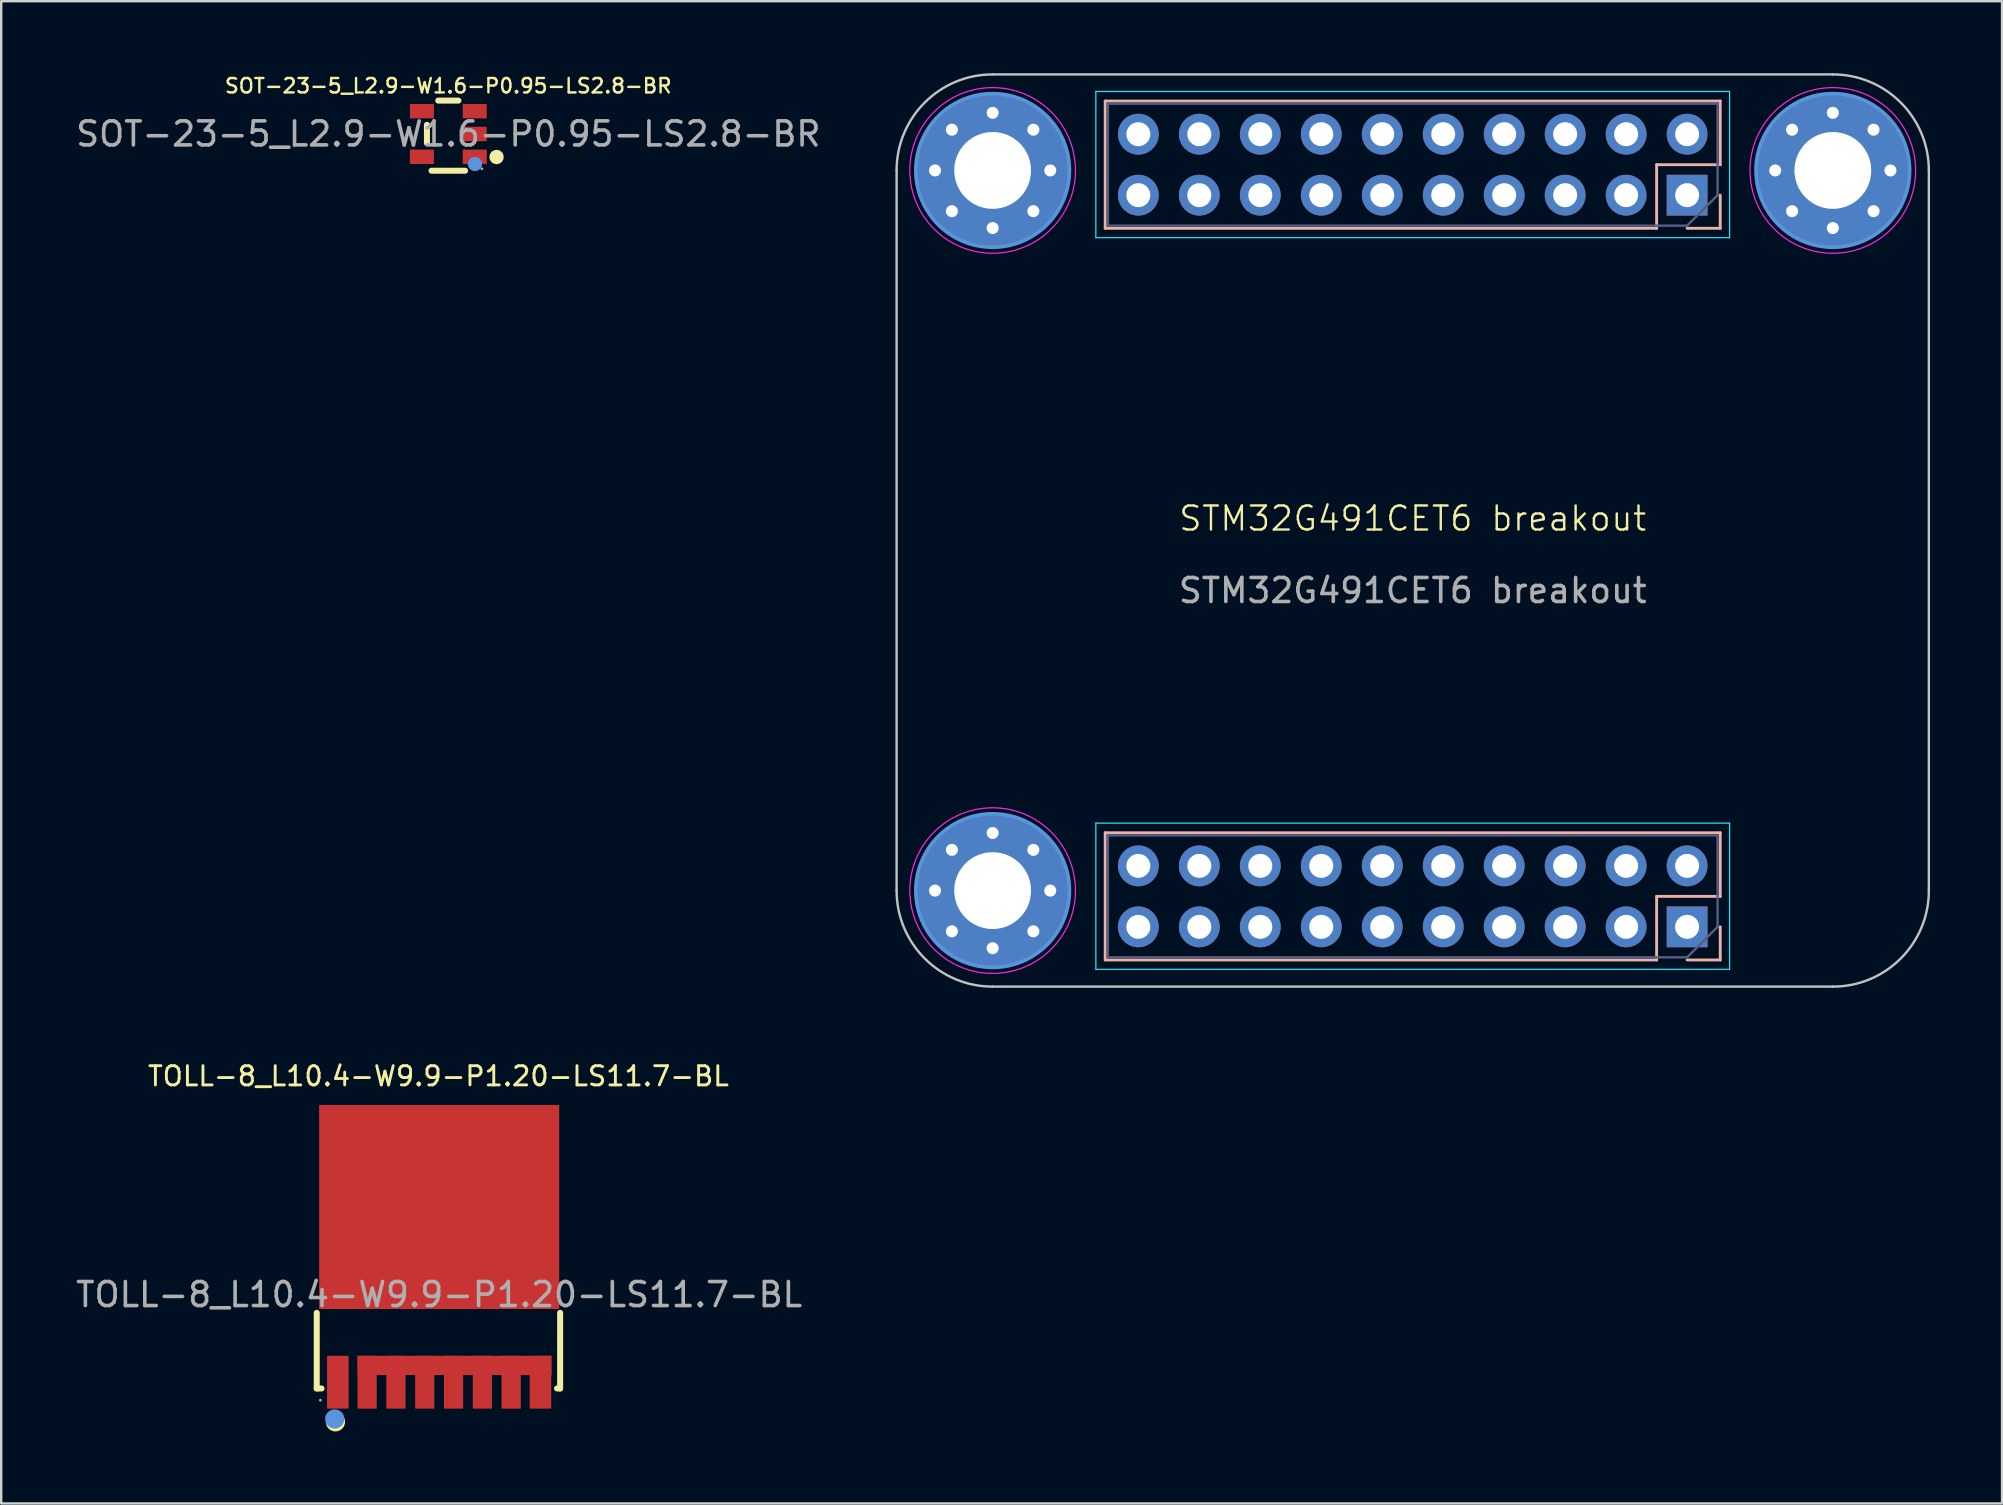
<source format=kicad_pcb>
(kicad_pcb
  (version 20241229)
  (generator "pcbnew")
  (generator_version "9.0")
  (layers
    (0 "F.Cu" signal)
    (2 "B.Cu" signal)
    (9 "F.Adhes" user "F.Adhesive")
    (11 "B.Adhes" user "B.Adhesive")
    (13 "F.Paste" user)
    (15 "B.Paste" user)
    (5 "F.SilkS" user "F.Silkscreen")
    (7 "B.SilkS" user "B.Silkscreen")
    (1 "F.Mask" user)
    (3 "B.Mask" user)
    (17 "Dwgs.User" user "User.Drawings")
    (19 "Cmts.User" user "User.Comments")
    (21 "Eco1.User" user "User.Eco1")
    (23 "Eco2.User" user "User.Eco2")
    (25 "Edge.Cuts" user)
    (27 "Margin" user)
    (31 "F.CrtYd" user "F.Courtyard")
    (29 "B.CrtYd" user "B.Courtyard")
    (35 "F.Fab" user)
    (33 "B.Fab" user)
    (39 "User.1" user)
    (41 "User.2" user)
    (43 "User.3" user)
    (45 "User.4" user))
  (footprint "TOLL-8_L10.4-W9.9-P1.20-LS11.7-BL"
    (layer "F.Cu")
    (at 15.244 50.879)
    (property "Reference" "TOLL-8_L10.4-W9.9-P1.20-LS11.7-BL" (at -0.03 -9.1 0) (layer "F.SilkS") (effects (font (size 0.8 0.8) (thickness 0.12))))
    (attr smd)
    (fp_line (start -5.1 0.76) (end -5.1 3.91) (stroke (width 0.25) (type solid)) (layer "F.SilkS"))
    (fp_line (start -5.1 3.91) (end -4.9 3.91) (stroke (width 0.25) (type solid)) (layer "F.SilkS"))
    (fp_line (start 4.91 3.91) (end 5.04 3.91) (stroke (width 0.25) (type solid)) (layer "F.SilkS"))
    (fp_line (start 5.04 3.91) (end 5.04 0.76) (stroke (width 0.25) (type solid)) (layer "F.SilkS"))
    (fp_circle (center -4.32 5.3) (end -4.12 5.3) (stroke (width 0.4) (type solid)) (fill no) (layer "F.SilkS"))
    (fp_circle (center -4.35 5.18) (end -4.15 5.18) (stroke (width 0.4) (type solid)) (fill no) (layer "Cmts.User"))
    (fp_circle (center -4.95 4.4) (end -4.92 4.4) (stroke (width 0.06) (type solid)) (fill no) (layer "F.Fab"))
    (fp_text user "${REFERENCE}" (at 0 0 0) (layer "F.Fab") (effects (font (size 1 1) (thickness 0.15))))
    (pad "1" smd rect (at -4.22 3.65) (size 0.9 2.2) (layers "F.Cu" "F.Mask" "F.Paste"))
    (pad "2" smd rect (at -3 3.65) (size 0.8 2.2) (layers "F.Cu" "F.Mask" "F.Paste"))
    (pad "3" smd rect (at -1.8 3.65) (size 0.8 2.2) (layers "F.Cu" "F.Mask" "F.Paste"))
    (pad "4" smd rect (at -0.6 3.65) (size 0.8 2.2) (layers "F.Cu" "F.Mask" "F.Paste"))
    (pad "5" smd rect (at 0.6 3.65) (size 0.8 2.2) (layers "F.Cu" "F.Mask" "F.Paste"))
    (pad "6" smd rect (at 1.8 3.65) (size 0.8 2.2) (layers "F.Cu" "F.Mask" "F.Paste"))
    (pad "7" smd rect (at 3 3.65) (size 0.8 2.2) (layers "F.Cu" "F.Mask" "F.Paste"))
    (pad "8" smd rect (at 0.64 2.95 90) (size 0.8 8.08) (layers "F.Cu" "F.Mask" "F.Paste"))
    (pad "8" smd rect (at 4.22 3.65) (size 0.9 2.2) (layers "F.Cu" "F.Mask" "F.Paste"))
    (pad "9" smd rect (at 0 -3.65) (size 10 8.5) (layers "F.Cu" "F.Mask" "F.Paste")))
  (footprint "STM32G491CET6 breakout"
    (layer "F.Cu")
    (at 55.8 19.05)
    (property "Reference" "STM32G491CET6 breakout" (at 0 -0.5 0) (unlocked yes) (layer "F.SilkS") (effects (font (size 1 1) (thickness 0.1))))
    (attr smd)
    (fp_line (start -12.81 -12.59) (end -12.81 -17.89) (stroke (width 0.12) (type solid)) (layer "B.SilkS"))
    (fp_line (start -12.81 17.89) (end -12.81 12.59) (stroke (width 0.12) (type solid)) (layer "B.SilkS"))
    (fp_line (start 10.16 -15.24) (end 12.81 -15.24) (stroke (width 0.12) (type solid)) (layer "B.SilkS"))
    (fp_line (start 10.16 -12.59) (end -12.81 -12.59) (stroke (width 0.12) (type solid)) (layer "B.SilkS"))
    (fp_line (start 10.16 -12.59) (end 10.16 -15.24) (stroke (width 0.12) (type solid)) (layer "B.SilkS"))
    (fp_line (start 10.16 15.24) (end 12.81 15.24) (stroke (width 0.12) (type solid)) (layer "B.SilkS"))
    (fp_line (start 10.16 17.89) (end -12.81 17.89) (stroke (width 0.12) (type solid)) (layer "B.SilkS"))
    (fp_line (start 10.16 17.89) (end 10.16 15.24) (stroke (width 0.12) (type solid)) (layer "B.SilkS"))
    (fp_line (start 11.43 -12.59) (end 12.81 -12.59) (stroke (width 0.12) (type solid)) (layer "B.SilkS"))
    (fp_line (start 11.43 17.89) (end 12.81 17.89) (stroke (width 0.12) (type solid)) (layer "B.SilkS"))
    (fp_line (start 12.81 -17.89) (end -12.81 -17.89) (stroke (width 0.12) (type solid)) (layer "B.SilkS"))
    (fp_line (start 12.81 -15.24) (end 12.81 -17.89) (stroke (width 0.12) (type solid)) (layer "B.SilkS"))
    (fp_line (start 12.81 -12.59) (end 12.81 -13.97) (stroke (width 0.12) (type solid)) (layer "B.SilkS"))
    (fp_line (start 12.81 12.59) (end -12.81 12.59) (stroke (width 0.12) (type solid)) (layer "B.SilkS"))
    (fp_line (start 12.81 15.24) (end 12.81 12.59) (stroke (width 0.12) (type solid)) (layer "B.SilkS"))
    (fp_line (start 12.81 17.89) (end 12.81 16.51) (stroke (width 0.12) (type solid)) (layer "B.SilkS"))
    (fp_line (start -21.5 15) (end -21.5 -15) (stroke (width 0.1) (type default)) (layer "Dwgs.User"))
    (fp_line (start -17.5 -19) (end 17.5 -19) (stroke (width 0.1) (type default)) (layer "Dwgs.User"))
    (fp_line (start 17.5 19) (end -17.5 19) (stroke (width 0.1) (type default)) (layer "Dwgs.User"))
    (fp_line (start 21.5 -15) (end 21.5 15) (stroke (width 0.1) (type default)) (layer "Dwgs.User"))
    (fp_arc (start -21.5 -15) (mid -20.328427 -17.828427) (end -17.5 -19) (stroke (width 0.1) (type default)) (layer "Dwgs.User"))
    (fp_arc (start -17.5 19) (mid -20.328427 17.828427) (end -21.5 15) (stroke (width 0.1) (type default)) (layer "Dwgs.User"))
    (fp_arc (start 17.5 -19) (mid 20.328427 -17.828427) (end 21.5 -15) (stroke (width 0.1) (type default)) (layer "Dwgs.User"))
    (fp_arc (start 21.5 15) (mid 20.328427 17.828427) (end 17.5 19) (stroke (width 0.1) (type default)) (layer "Dwgs.User"))
    (fp_circle (center -17.5 -15) (end -14.3 -15) (stroke (width 0.15) (type solid)) (fill no) (layer "Cmts.User"))
    (fp_circle (center -17.5 15) (end -14.3 15) (stroke (width 0.15) (type solid)) (fill no) (layer "Cmts.User"))
    (fp_circle (center 17.5 -15) (end 20.7 -15) (stroke (width 0.15) (type solid)) (fill no) (layer "Cmts.User"))
    (fp_line (start -13.2 -18.29) (end 13.2 -18.29) (stroke (width 0.05) (type solid)) (layer "B.CrtYd"))
    (fp_line (start -13.2 -12.2) (end -13.2 -18.29) (stroke (width 0.05) (type solid)) (layer "B.CrtYd"))
    (fp_line (start -13.2 12.19) (end 13.2 12.19) (stroke (width 0.05) (type solid)) (layer "B.CrtYd"))
    (fp_line (start -13.2 18.28) (end -13.2 12.19) (stroke (width 0.05) (type solid)) (layer "B.CrtYd"))
    (fp_line (start 13.2 -18.29) (end 13.2 -12.2) (stroke (width 0.05) (type solid)) (layer "B.CrtYd"))
    (fp_line (start 13.2 -12.2) (end -13.2 -12.2) (stroke (width 0.05) (type solid)) (layer "B.CrtYd"))
    (fp_line (start 13.2 12.19) (end 13.2 18.28) (stroke (width 0.05) (type solid)) (layer "B.CrtYd"))
    (fp_line (start 13.2 18.28) (end -13.2 18.28) (stroke (width 0.05) (type solid)) (layer "B.CrtYd"))
    (fp_circle (center -17.5 -15) (end -14.05 -15) (stroke (width 0.05) (type solid)) (fill no) (layer "F.CrtYd"))
    (fp_circle (center -17.5 15) (end -14.05 15) (stroke (width 0.05) (type solid)) (fill no) (layer "F.CrtYd"))
    (fp_circle (center 17.5 -15) (end 20.95 -15) (stroke (width 0.05) (type solid)) (fill no) (layer "F.CrtYd"))
    (fp_line (start -12.7 -17.78) (end -12.7 -12.7) (stroke (width 0.1) (type solid)) (layer "B.Fab"))
    (fp_line (start -12.7 -12.7) (end 11.43 -12.7) (stroke (width 0.1) (type solid)) (layer "B.Fab"))
    (fp_line (start -12.7 12.7) (end -12.7 17.78) (stroke (width 0.1) (type solid)) (layer "B.Fab"))
    (fp_line (start -12.7 17.78) (end 11.43 17.78) (stroke (width 0.1) (type solid)) (layer "B.Fab"))
    (fp_line (start 11.43 -12.7) (end 12.7 -13.97) (stroke (width 0.1) (type solid)) (layer "B.Fab"))
    (fp_line (start 11.43 17.78) (end 12.7 16.51) (stroke (width 0.1) (type solid)) (layer "B.Fab"))
    (fp_line (start 12.7 -17.78) (end -12.7 -17.78) (stroke (width 0.1) (type solid)) (layer "B.Fab"))
    (fp_line (start 12.7 -13.97) (end 12.7 -17.78) (stroke (width 0.1) (type solid)) (layer "B.Fab"))
    (fp_line (start 12.7 12.7) (end -12.7 12.7) (stroke (width 0.1) (type solid)) (layer "B.Fab"))
    (fp_line (start 12.7 16.51) (end 12.7 12.7) (stroke (width 0.1) (type solid)) (layer "B.Fab"))
    (fp_text user "${REFERENCE}" (at 0 2.5 0) (unlocked yes) (layer "F.Fab") (effects (font (size 1 1) (thickness 0.15))))
    (pad "1" thru_hole rect (at 11.43 -13.97 90) (size 1.7 1.7) (drill 1) (layers "*.Cu" "*.Mask"))
    (pad "2" thru_hole circle (at 11.43 -16.51 90) (size 1.7 1.7) (drill 1) (layers "*.Cu" "*.Mask"))
    (pad "3" thru_hole circle (at 8.89 -13.97 90) (size 1.7 1.7) (drill 1) (layers "*.Cu" "*.Mask"))
    (pad "4" thru_hole circle (at 8.89 -16.51 90) (size 1.7 1.7) (drill 1) (layers "*.Cu" "*.Mask"))
    (pad "5" thru_hole circle (at 6.35 -13.97 90) (size 1.7 1.7) (drill 1) (layers "*.Cu" "*.Mask"))
    (pad "6" thru_hole circle (at 6.35 -16.51 90) (size 1.7 1.7) (drill 1) (layers "*.Cu" "*.Mask"))
    (pad "7" thru_hole circle (at 3.81 -13.97 90) (size 1.7 1.7) (drill 1) (layers "*.Cu" "*.Mask"))
    (pad "8" thru_hole circle (at 3.81 -16.51 90) (size 1.7 1.7) (drill 1) (layers "*.Cu" "*.Mask"))
    (pad "9" thru_hole circle (at 1.27 -13.97 90) (size 1.7 1.7) (drill 1) (layers "*.Cu" "*.Mask"))
    (pad "10" thru_hole circle (at 1.27 -16.51 90) (size 1.7 1.7) (drill 1) (layers "*.Cu" "*.Mask"))
    (pad "11" thru_hole circle (at -1.27 -13.97 90) (size 1.7 1.7) (drill 1) (layers "*.Cu" "*.Mask"))
    (pad "12" thru_hole circle (at -1.27 -16.51 90) (size 1.7 1.7) (drill 1) (layers "*.Cu" "*.Mask"))
    (pad "13" thru_hole circle (at -3.81 -13.97 90) (size 1.7 1.7) (drill 1) (layers "*.Cu" "*.Mask"))
    (pad "14" thru_hole circle (at -3.81 -16.51 90) (size 1.7 1.7) (drill 1) (layers "*.Cu" "*.Mask"))
    (pad "15" thru_hole circle (at -6.35 -13.97 90) (size 1.7 1.7) (drill 1) (layers "*.Cu" "*.Mask"))
    (pad "16" thru_hole circle (at -6.35 -16.51 90) (size 1.7 1.7) (drill 1) (layers "*.Cu" "*.Mask"))
    (pad "17" thru_hole circle (at -8.89 -13.97 90) (size 1.7 1.7) (drill 1) (layers "*.Cu" "*.Mask"))
    (pad "18" thru_hole circle (at -8.89 -16.51 90) (size 1.7 1.7) (drill 1) (layers "*.Cu" "*.Mask"))
    (pad "19" thru_hole circle (at -11.43 -13.97 90) (size 1.7 1.7) (drill 1) (layers "*.Cu" "*.Mask"))
    (pad "20" thru_hole circle (at -11.43 -16.51 90) (size 1.7 1.7) (drill 1) (layers "*.Cu" "*.Mask"))
    (pad "21" thru_hole rect (at 11.43 16.51 90) (size 1.7 1.7) (drill 1) (layers "*.Cu" "*.Mask"))
    (pad "22" thru_hole circle (at 11.43 13.97 90) (size 1.7 1.7) (drill 1) (layers "*.Cu" "*.Mask"))
    (pad "23" thru_hole circle (at 8.89 16.51 90) (size 1.7 1.7) (drill 1) (layers "*.Cu" "*.Mask"))
    (pad "24" thru_hole circle (at 8.89 13.97 90) (size 1.7 1.7) (drill 1) (layers "*.Cu" "*.Mask"))
    (pad "25" thru_hole circle (at 6.35 16.51 90) (size 1.7 1.7) (drill 1) (layers "*.Cu" "*.Mask"))
    (pad "26" thru_hole circle (at 6.35 13.97 90) (size 1.7 1.7) (drill 1) (layers "*.Cu" "*.Mask"))
    (pad "27" thru_hole circle (at 3.81 16.51 90) (size 1.7 1.7) (drill 1) (layers "*.Cu" "*.Mask"))
    (pad "28" thru_hole circle (at 3.81 13.97 90) (size 1.7 1.7) (drill 1) (layers "*.Cu" "*.Mask"))
    (pad "29" thru_hole circle (at 1.27 16.51 90) (size 1.7 1.7) (drill 1) (layers "*.Cu" "*.Mask"))
    (pad "30" thru_hole circle (at 1.27 13.97 90) (size 1.7 1.7) (drill 1) (layers "*.Cu" "*.Mask"))
    (pad "31" thru_hole circle (at -1.27 16.51 90) (size 1.7 1.7) (drill 1) (layers "*.Cu" "*.Mask"))
    (pad "32" thru_hole circle (at -1.27 13.97 90) (size 1.7 1.7) (drill 1) (layers "*.Cu" "*.Mask"))
    (pad "33" thru_hole circle (at -3.81 16.51 90) (size 1.7 1.7) (drill 1) (layers "*.Cu" "*.Mask"))
    (pad "34" thru_hole circle (at -3.81 13.97 90) (size 1.7 1.7) (drill 1) (layers "*.Cu" "*.Mask"))
    (pad "35" thru_hole circle (at -6.35 16.51 90) (size 1.7 1.7) (drill 1) (layers "*.Cu" "*.Mask"))
    (pad "36" thru_hole circle (at -6.35 13.97 90) (size 1.7 1.7) (drill 1) (layers "*.Cu" "*.Mask"))
    (pad "37" thru_hole circle (at -8.89 16.51 90) (size 1.7 1.7) (drill 1) (layers "*.Cu" "*.Mask"))
    (pad "38" thru_hole circle (at -8.89 13.97 90) (size 1.7 1.7) (drill 1) (layers "*.Cu" "*.Mask"))
    (pad "39" thru_hole circle (at -11.43 16.51 90) (size 1.7 1.7) (drill 1) (layers "*.Cu" "*.Mask"))
    (pad "40" thru_hole circle (at -11.43 13.97 90) (size 1.7 1.7) (drill 1) (layers "*.Cu" "*.Mask"))
    (pad "41" thru_hole circle (at -19.9 -15) (size 0.8 0.8) (drill 0.5) (layers "*.Cu" "*.Mask"))
    (pad "41" thru_hole circle (at -19.197 -16.697) (size 0.8 0.8) (drill 0.5) (layers "*.Cu" "*.Mask"))
    (pad "41" thru_hole circle (at -19.197 -13.303) (size 0.8 0.8) (drill 0.5) (layers "*.Cu" "*.Mask"))
    (pad "41" thru_hole circle (at -17.5 -17.4) (size 0.8 0.8) (drill 0.5) (layers "*.Cu" "*.Mask"))
    (pad "41" thru_hole circle (at -17.5 -15) (size 6.4 6.4) (drill 3.2) (layers "*.Cu" "*.Mask"))
    (pad "41" thru_hole circle (at -17.5 -12.6) (size 0.8 0.8) (drill 0.5) (layers "*.Cu" "*.Mask"))
    (pad "41" thru_hole circle (at -15.803 -16.697) (size 0.8 0.8) (drill 0.5) (layers "*.Cu" "*.Mask"))
    (pad "41" thru_hole circle (at -15.803 -13.303) (size 0.8 0.8) (drill 0.5) (layers "*.Cu" "*.Mask"))
    (pad "41" thru_hole circle (at -15.1 -15) (size 0.8 0.8) (drill 0.5) (layers "*.Cu" "*.Mask"))
    (pad "42" thru_hole circle (at -19.9 15) (size 0.8 0.8) (drill 0.5) (layers "*.Cu" "*.Mask"))
    (pad "42" thru_hole circle (at -19.197 13.303) (size 0.8 0.8) (drill 0.5) (layers "*.Cu" "*.Mask"))
    (pad "42" thru_hole circle (at -19.197 16.697) (size 0.8 0.8) (drill 0.5) (layers "*.Cu" "*.Mask"))
    (pad "42" thru_hole circle (at -17.5 12.6) (size 0.8 0.8) (drill 0.5) (layers "*.Cu" "*.Mask"))
    (pad "42" thru_hole circle (at -17.5 15) (size 6.4 6.4) (drill 3.2) (layers "*.Cu" "*.Mask"))
    (pad "42" thru_hole circle (at -17.5 17.4) (size 0.8 0.8) (drill 0.5) (layers "*.Cu" "*.Mask"))
    (pad "42" thru_hole circle (at -15.803 13.303) (size 0.8 0.8) (drill 0.5) (layers "*.Cu" "*.Mask"))
    (pad "42" thru_hole circle (at -15.803 16.697) (size 0.8 0.8) (drill 0.5) (layers "*.Cu" "*.Mask"))
    (pad "42" thru_hole circle (at -15.1 15) (size 0.8 0.8) (drill 0.5) (layers "*.Cu" "*.Mask"))
    (pad "43" thru_hole circle (at 15.1 -15) (size 0.8 0.8) (drill 0.5) (layers "*.Cu" "*.Mask"))
    (pad "43" thru_hole circle (at 15.803 -16.697) (size 0.8 0.8) (drill 0.5) (layers "*.Cu" "*.Mask"))
    (pad "43" thru_hole circle (at 15.803 -13.303) (size 0.8 0.8) (drill 0.5) (layers "*.Cu" "*.Mask"))
    (pad "43" thru_hole circle (at 17.5 -17.4) (size 0.8 0.8) (drill 0.5) (layers "*.Cu" "*.Mask"))
    (pad "43" thru_hole circle (at 17.5 -15) (size 6.4 6.4) (drill 3.2) (layers "*.Cu" "*.Mask"))
    (pad "43" thru_hole circle (at 17.5 -12.6) (size 0.8 0.8) (drill 0.5) (layers "*.Cu" "*.Mask"))
    (pad "43" thru_hole circle (at 19.197 -16.697) (size 0.8 0.8) (drill 0.5) (layers "*.Cu" "*.Mask"))
    (pad "43" thru_hole circle (at 19.197 -13.303) (size 0.8 0.8) (drill 0.5) (layers "*.Cu" "*.Mask"))
    (pad "43" thru_hole circle (at 19.9 -15) (size 0.8 0.8) (drill 0.5) (layers "*.Cu" "*.Mask")))
  (footprint "SOT-23-5_L2.9-W1.6-P0.95-LS2.8-BR"
    (layer "F.Cu")
    (at 15.625 2.531)
    (property "Reference" "SOT-23-5_L2.9-W1.6-P0.95-LS2.8-BR" (at 0 -2.005 0) (layer "F.SilkS") (effects (font (size 0.6 0.6) (thickness 0.1))))
    (attr smd)
    (fp_line (start -0.89 0.38) (end -0.89 -0.38) (stroke (width 0.25) (type solid)) (layer "F.SilkS"))
    (fp_line (start -0.7 1.53) (end 0.7 1.53) (stroke (width 0.25) (type solid)) (layer "F.SilkS"))
    (fp_line (start -0.42 -1.39) (end 0.42 -1.39) (stroke (width 0.25) (type solid)) (layer "F.SilkS"))
    (fp_circle (center 2.01 0.96) (end 2.16 0.96) (stroke (width 0.3) (type solid)) (fill no) (layer "F.SilkS"))
    (fp_circle (center 1.11 1.25) (end 1.26 1.25) (stroke (width 0.3) (type solid)) (fill no) (layer "Cmts.User"))
    (fp_circle (center 1.4 1.45) (end 1.43 1.45) (stroke (width 0.06) (type solid)) (fill no) (layer "F.Fab"))
    (fp_text user "${REFERENCE}" (at 0 0 0) (layer "F.Fab") (effects (font (size 1 1) (thickness 0.15))))
    (pad "1" smd rect (at 1.1 0.95 90) (size 0.6 1) (layers "F.Cu" "F.Mask" "F.Paste"))
    (pad "2" smd rect (at 1.1 0 90) (size 0.6 1) (layers "F.Cu" "F.Mask" "F.Paste"))
    (pad "3" smd rect (at 1.1 -0.95 90) (size 0.6 1) (layers "F.Cu" "F.Mask" "F.Paste"))
    (pad "4" smd rect (at -1.1 -0.95 90) (size 0.6 1) (layers "F.Cu" "F.Mask" "F.Paste"))
    (pad "5" smd rect (at -1.1 0.95 90) (size 0.6 1) (layers "F.Cu" "F.Mask" "F.Paste")))
  (gr_rect
    (start -3 -3)
    (end 80.35 59.579)
    (stroke (width 0.1) (type default))
    (fill no)
    (layer "Edge.Cuts")))
</source>
